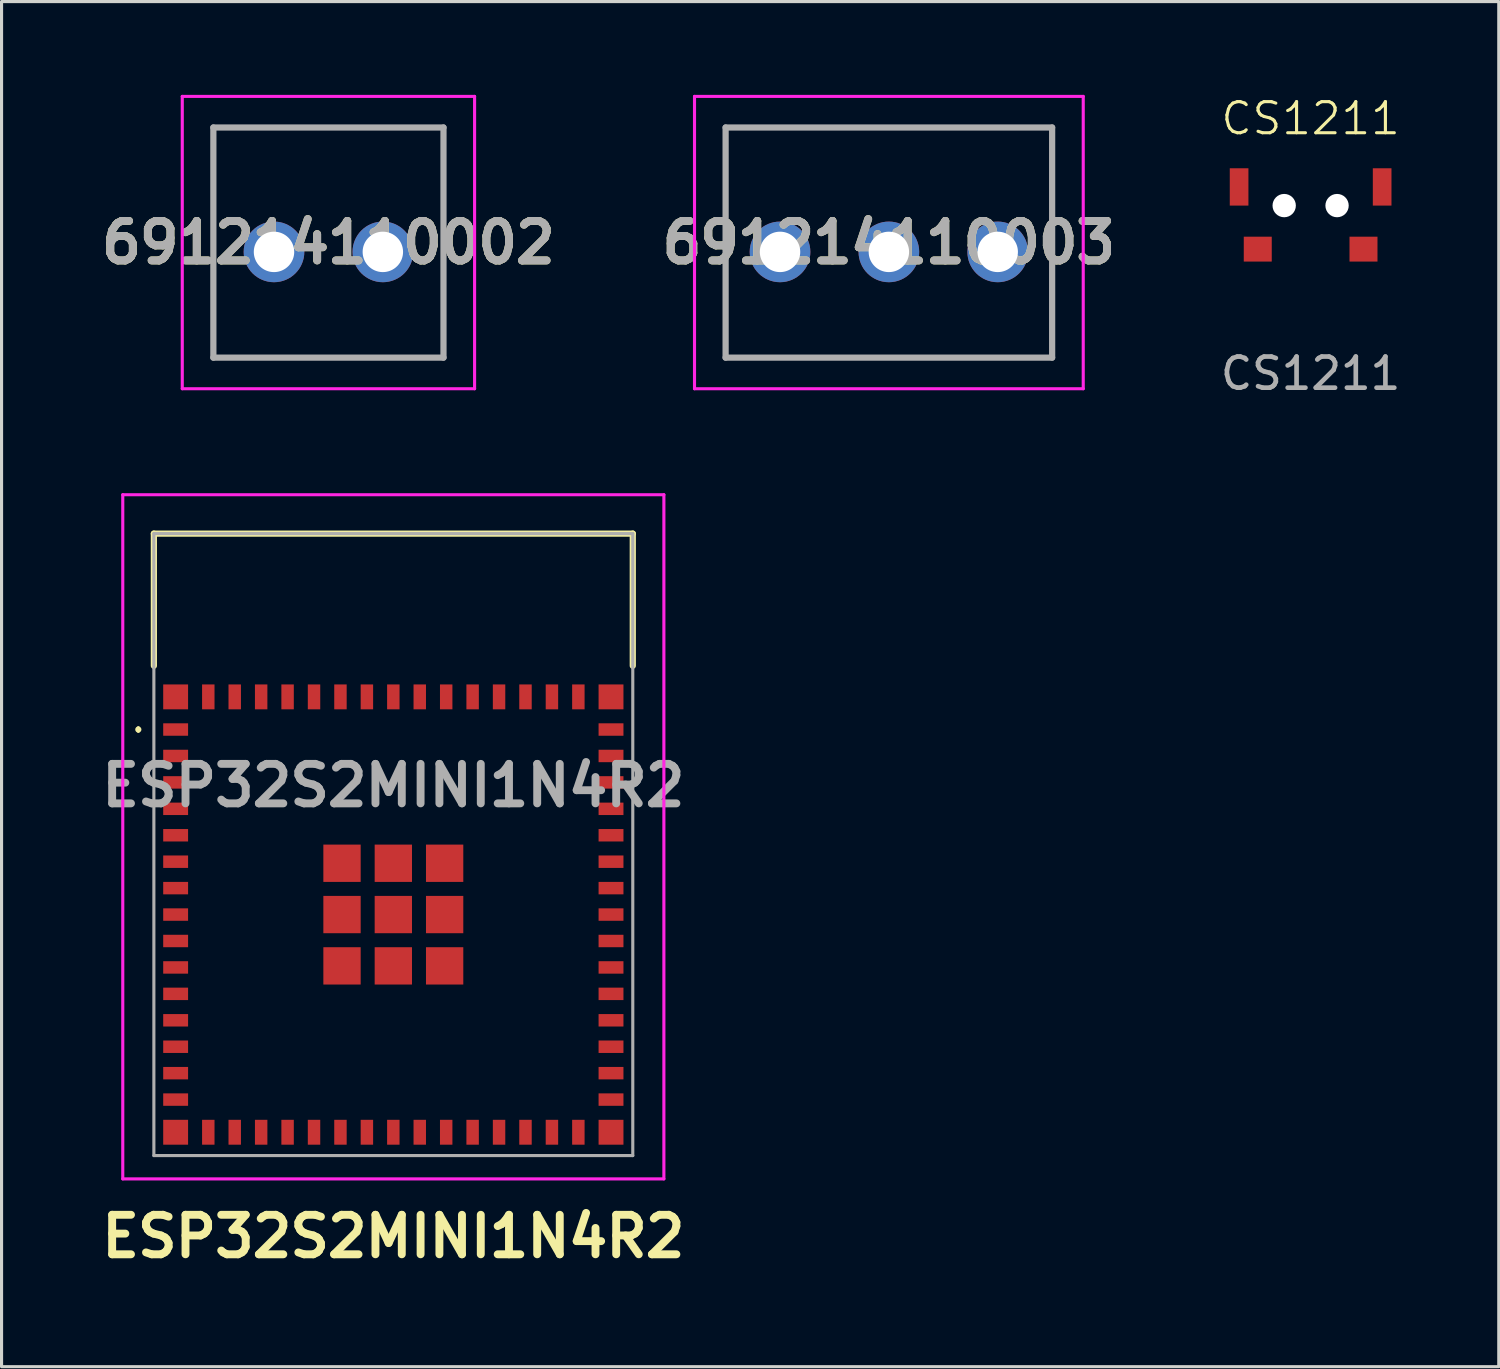
<source format=kicad_pcb>
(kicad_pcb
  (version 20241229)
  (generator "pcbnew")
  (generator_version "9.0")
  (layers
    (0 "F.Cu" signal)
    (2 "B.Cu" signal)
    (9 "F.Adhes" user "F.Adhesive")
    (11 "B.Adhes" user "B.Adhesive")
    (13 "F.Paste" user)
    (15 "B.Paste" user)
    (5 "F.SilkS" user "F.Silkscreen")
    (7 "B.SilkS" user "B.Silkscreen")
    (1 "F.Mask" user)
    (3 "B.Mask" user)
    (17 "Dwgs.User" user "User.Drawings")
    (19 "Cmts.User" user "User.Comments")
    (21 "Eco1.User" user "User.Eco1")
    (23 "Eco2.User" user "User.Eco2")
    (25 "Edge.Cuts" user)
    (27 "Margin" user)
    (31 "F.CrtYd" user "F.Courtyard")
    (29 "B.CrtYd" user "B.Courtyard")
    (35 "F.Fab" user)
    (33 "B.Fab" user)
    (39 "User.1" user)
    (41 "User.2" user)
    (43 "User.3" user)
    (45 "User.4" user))
  (footprint "ESP32S2MINI1N4R2"
    (layer "F.Cu")
    (at 9.598 26.359)
    (property "Reference" "ESP32S2MINI1N4R2" (at 0 10.35 0) (layer "F.SilkS") (effects (font (size 1.27 1.27) (thickness 0.254))))
    (attr smd)
    (fp_line (start -8.2 -6) (end -8.2 -6) (stroke (width 0.1) (type solid)) (layer "F.SilkS"))
    (fp_line (start -8.2 -5.9) (end -8.2 -5.9) (stroke (width 0.1) (type solid)) (layer "F.SilkS"))
    (fp_line (start -7.7 -12.25) (end 7.7 -12.25) (stroke (width 0.2) (type solid)) (layer "F.SilkS"))
    (fp_line (start -7.7 -8) (end -7.7 -12.25) (stroke (width 0.2) (type solid)) (layer "F.SilkS"))
    (fp_line (start 7.7 -12.25) (end 7.7 -8) (stroke (width 0.2) (type solid)) (layer "F.SilkS"))
    (fp_arc (start -8.2 -6) (mid -8.15 -5.95) (end -8.2 -5.9) (stroke (width 0.1) (type solid)) (layer "F.SilkS"))
    (fp_arc (start -8.2 -5.9) (mid -8.25 -5.95) (end -8.2 -6) (stroke (width 0.1) (type solid)) (layer "F.SilkS"))
    (fp_line (start -8.7 -13.5) (end 8.7 -13.5) (stroke (width 0.1) (type solid)) (layer "F.CrtYd"))
    (fp_line (start -8.7 8.5) (end -8.7 -13.5) (stroke (width 0.1) (type solid)) (layer "F.CrtYd"))
    (fp_line (start 8.7 -13.5) (end 8.7 8.5) (stroke (width 0.1) (type solid)) (layer "F.CrtYd"))
    (fp_line (start 8.7 8.5) (end -8.7 8.5) (stroke (width 0.1) (type solid)) (layer "F.CrtYd"))
    (fp_line (start -7.7 -12.25) (end 7.7 -12.25) (stroke (width 0.1) (type solid)) (layer "F.Fab"))
    (fp_line (start -7.7 7.75) (end -7.7 -12.25) (stroke (width 0.1) (type solid)) (layer "F.Fab"))
    (fp_line (start 7.7 -12.25) (end 7.7 7.75) (stroke (width 0.1) (type solid)) (layer "F.Fab"))
    (fp_line (start 7.7 7.75) (end -7.7 7.75) (stroke (width 0.1) (type solid)) (layer "F.Fab"))
    (fp_text user "${REFERENCE}" (at 0 -4.15 0) (layer "F.Fab") (effects (font (size 1.27 1.27) (thickness 0.254))))
    (pad "1" smd rect (at -7 -5.95 90) (size 0.4 0.8) (layers "F.Cu" "F.Mask" "F.Paste"))
    (pad "2" smd rect (at -7 -5.1 90) (size 0.4 0.8) (layers "F.Cu" "F.Mask" "F.Paste"))
    (pad "3" smd rect (at -7 -4.25 90) (size 0.4 0.8) (layers "F.Cu" "F.Mask" "F.Paste"))
    (pad "4" smd rect (at -7 -3.4 90) (size 0.4 0.8) (layers "F.Cu" "F.Mask" "F.Paste"))
    (pad "5" smd rect (at -7 -2.55 90) (size 0.4 0.8) (layers "F.Cu" "F.Mask" "F.Paste"))
    (pad "6" smd rect (at -7 -1.7 90) (size 0.4 0.8) (layers "F.Cu" "F.Mask" "F.Paste"))
    (pad "7" smd rect (at -7 -0.85 90) (size 0.4 0.8) (layers "F.Cu" "F.Mask" "F.Paste"))
    (pad "8" smd rect (at -7 0 90) (size 0.4 0.8) (layers "F.Cu" "F.Mask" "F.Paste"))
    (pad "9" smd rect (at -7 0.85 90) (size 0.4 0.8) (layers "F.Cu" "F.Mask" "F.Paste"))
    (pad "10" smd rect (at -7 1.7 90) (size 0.4 0.8) (layers "F.Cu" "F.Mask" "F.Paste"))
    (pad "11" smd rect (at -7 2.55 90) (size 0.4 0.8) (layers "F.Cu" "F.Mask" "F.Paste"))
    (pad "12" smd rect (at -7 3.4 90) (size 0.4 0.8) (layers "F.Cu" "F.Mask" "F.Paste"))
    (pad "13" smd rect (at -7 4.25 90) (size 0.4 0.8) (layers "F.Cu" "F.Mask" "F.Paste"))
    (pad "14" smd rect (at -7 5.1 90) (size 0.4 0.8) (layers "F.Cu" "F.Mask" "F.Paste"))
    (pad "15" smd rect (at -7 5.95 90) (size 0.4 0.8) (layers "F.Cu" "F.Mask" "F.Paste"))
    (pad "16" smd rect (at -5.95 7) (size 0.4 0.8) (layers "F.Cu" "F.Mask" "F.Paste"))
    (pad "17" smd rect (at -5.1 7) (size 0.4 0.8) (layers "F.Cu" "F.Mask" "F.Paste"))
    (pad "18" smd rect (at -4.25 7) (size 0.4 0.8) (layers "F.Cu" "F.Mask" "F.Paste"))
    (pad "19" smd rect (at -3.4 7) (size 0.4 0.8) (layers "F.Cu" "F.Mask" "F.Paste"))
    (pad "20" smd rect (at -2.55 7) (size 0.4 0.8) (layers "F.Cu" "F.Mask" "F.Paste"))
    (pad "21" smd rect (at -1.7 7) (size 0.4 0.8) (layers "F.Cu" "F.Mask" "F.Paste"))
    (pad "22" smd rect (at -0.85 7) (size 0.4 0.8) (layers "F.Cu" "F.Mask" "F.Paste"))
    (pad "23" smd rect (at 0 7) (size 0.4 0.8) (layers "F.Cu" "F.Mask" "F.Paste"))
    (pad "24" smd rect (at 0.85 7) (size 0.4 0.8) (layers "F.Cu" "F.Mask" "F.Paste"))
    (pad "25" smd rect (at 1.7 7) (size 0.4 0.8) (layers "F.Cu" "F.Mask" "F.Paste"))
    (pad "26" smd rect (at 2.55 7) (size 0.4 0.8) (layers "F.Cu" "F.Mask" "F.Paste"))
    (pad "27" smd rect (at 3.4 7) (size 0.4 0.8) (layers "F.Cu" "F.Mask" "F.Paste"))
    (pad "28" smd rect (at 4.25 7) (size 0.4 0.8) (layers "F.Cu" "F.Mask" "F.Paste"))
    (pad "29" smd rect (at 5.1 7) (size 0.4 0.8) (layers "F.Cu" "F.Mask" "F.Paste"))
    (pad "30" smd rect (at 5.95 7) (size 0.4 0.8) (layers "F.Cu" "F.Mask" "F.Paste"))
    (pad "31" smd rect (at 7 5.95 90) (size 0.4 0.8) (layers "F.Cu" "F.Mask" "F.Paste"))
    (pad "32" smd rect (at 7 5.1 90) (size 0.4 0.8) (layers "F.Cu" "F.Mask" "F.Paste"))
    (pad "33" smd rect (at 7 4.25 90) (size 0.4 0.8) (layers "F.Cu" "F.Mask" "F.Paste"))
    (pad "34" smd rect (at 7 3.4 90) (size 0.4 0.8) (layers "F.Cu" "F.Mask" "F.Paste"))
    (pad "35" smd rect (at 7 2.55 90) (size 0.4 0.8) (layers "F.Cu" "F.Mask" "F.Paste"))
    (pad "36" smd rect (at 7 1.7 90) (size 0.4 0.8) (layers "F.Cu" "F.Mask" "F.Paste"))
    (pad "37" smd rect (at 7 0.85 90) (size 0.4 0.8) (layers "F.Cu" "F.Mask" "F.Paste"))
    (pad "38" smd rect (at 7 0 90) (size 0.4 0.8) (layers "F.Cu" "F.Mask" "F.Paste"))
    (pad "39" smd rect (at 7 -0.85 90) (size 0.4 0.8) (layers "F.Cu" "F.Mask" "F.Paste"))
    (pad "40" smd rect (at 7 -1.7 90) (size 0.4 0.8) (layers "F.Cu" "F.Mask" "F.Paste"))
    (pad "41" smd rect (at 7 -2.55 90) (size 0.4 0.8) (layers "F.Cu" "F.Mask" "F.Paste"))
    (pad "42" smd rect (at 7 -3.4 90) (size 0.4 0.8) (layers "F.Cu" "F.Mask" "F.Paste"))
    (pad "43" smd rect (at 7 -4.25 90) (size 0.4 0.8) (layers "F.Cu" "F.Mask" "F.Paste"))
    (pad "44" smd rect (at 7 -5.1 90) (size 0.4 0.8) (layers "F.Cu" "F.Mask" "F.Paste"))
    (pad "45" smd rect (at 7 -5.95 90) (size 0.4 0.8) (layers "F.Cu" "F.Mask" "F.Paste"))
    (pad "46" smd rect (at 5.95 -7) (size 0.4 0.8) (layers "F.Cu" "F.Mask" "F.Paste"))
    (pad "47" smd rect (at 5.1 -7) (size 0.4 0.8) (layers "F.Cu" "F.Mask" "F.Paste"))
    (pad "48" smd rect (at 4.25 -7) (size 0.4 0.8) (layers "F.Cu" "F.Mask" "F.Paste"))
    (pad "49" smd rect (at 3.4 -7) (size 0.4 0.8) (layers "F.Cu" "F.Mask" "F.Paste"))
    (pad "50" smd rect (at 2.55 -7) (size 0.4 0.8) (layers "F.Cu" "F.Mask" "F.Paste"))
    (pad "51" smd rect (at 1.7 -7) (size 0.4 0.8) (layers "F.Cu" "F.Mask" "F.Paste"))
    (pad "52" smd rect (at 0.85 -7) (size 0.4 0.8) (layers "F.Cu" "F.Mask" "F.Paste"))
    (pad "53" smd rect (at 0 -7) (size 0.4 0.8) (layers "F.Cu" "F.Mask" "F.Paste"))
    (pad "54" smd rect (at -0.85 -7) (size 0.4 0.8) (layers "F.Cu" "F.Mask" "F.Paste"))
    (pad "55" smd rect (at -1.7 -7) (size 0.4 0.8) (layers "F.Cu" "F.Mask" "F.Paste"))
    (pad "56" smd rect (at -2.55 -7) (size 0.4 0.8) (layers "F.Cu" "F.Mask" "F.Paste"))
    (pad "57" smd rect (at -3.4 -7) (size 0.4 0.8) (layers "F.Cu" "F.Mask" "F.Paste"))
    (pad "58" smd rect (at -4.25 -7) (size 0.4 0.8) (layers "F.Cu" "F.Mask" "F.Paste"))
    (pad "59" smd rect (at -5.1 -7) (size 0.4 0.8) (layers "F.Cu" "F.Mask" "F.Paste"))
    (pad "60" smd rect (at -5.95 -7) (size 0.4 0.8) (layers "F.Cu" "F.Mask" "F.Paste"))
    (pad "61" smd rect (at 0 0) (size 1.2 1.2) (layers "F.Cu" "F.Mask" "F.Paste"))
    (pad "62" smd rect (at -7 -7) (size 0.8 0.8) (layers "F.Cu" "F.Mask" "F.Paste"))
    (pad "63" smd rect (at -7 7) (size 0.8 0.8) (layers "F.Cu" "F.Mask" "F.Paste"))
    (pad "64" smd rect (at 7 7) (size 0.8 0.8) (layers "F.Cu" "F.Mask" "F.Paste"))
    (pad "65" smd rect (at 7 -7) (size 0.8 0.8) (layers "F.Cu" "F.Mask" "F.Paste"))
    (pad "66" smd rect (at -1.65 -1.65) (size 1.2 1.2) (layers "F.Cu" "F.Mask" "F.Paste"))
    (pad "67" smd rect (at -1.65 0) (size 1.2 1.2) (layers "F.Cu" "F.Mask" "F.Paste"))
    (pad "68" smd rect (at -1.65 1.65) (size 1.2 1.2) (layers "F.Cu" "F.Mask" "F.Paste"))
    (pad "69" smd rect (at 0 1.65) (size 1.2 1.2) (layers "F.Cu" "F.Mask" "F.Paste"))
    (pad "70" smd rect (at 1.65 1.65) (size 1.2 1.2) (layers "F.Cu" "F.Mask" "F.Paste"))
    (pad "71" smd rect (at 1.65 0) (size 1.2 1.2) (layers "F.Cu" "F.Mask" "F.Paste"))
    (pad "72" smd rect (at 1.65 -1.65) (size 1.2 1.2) (layers "F.Cu" "F.Mask" "F.Paste"))
    (pad "73" smd rect (at 0 -1.65) (size 1.2 1.2) (layers "F.Cu" "F.Mask" "F.Paste")))
  (footprint "691214110002"
    (layer "F.Cu")
    (at 5.761 5.05)
    (property "Reference" "691214110002" (at 1.75 -0.3 0) (layer "F.SilkS") (effects (font (size 1.27 1.27) (thickness 0.254))))
    (attr through_hole)
    (fp_line (start -1.95 -4) (end 5.45 -4) (stroke (width 0.1) (type solid)) (layer "F.SilkS"))
    (fp_line (start -1.95 3.4) (end -1.95 -4) (stroke (width 0.1) (type solid)) (layer "F.SilkS"))
    (fp_line (start 5.45 -4) (end 5.45 3.4) (stroke (width 0.1) (type solid)) (layer "F.SilkS"))
    (fp_line (start 5.45 3.4) (end -1.95 3.4) (stroke (width 0.1) (type solid)) (layer "F.SilkS"))
    (fp_line (start -2.95 -5) (end 6.45 -5) (stroke (width 0.1) (type solid)) (layer "F.CrtYd"))
    (fp_line (start -2.95 4.4) (end -2.95 -5) (stroke (width 0.1) (type solid)) (layer "F.CrtYd"))
    (fp_line (start 6.45 -5) (end 6.45 4.4) (stroke (width 0.1) (type solid)) (layer "F.CrtYd"))
    (fp_line (start 6.45 4.4) (end -2.95 4.4) (stroke (width 0.1) (type solid)) (layer "F.CrtYd"))
    (fp_line (start -1.95 -4) (end 5.45 -4) (stroke (width 0.2) (type solid)) (layer "F.Fab"))
    (fp_line (start -1.95 3.4) (end -1.95 -4) (stroke (width 0.2) (type solid)) (layer "F.Fab"))
    (fp_line (start 5.45 -4) (end 5.45 3.4) (stroke (width 0.2) (type solid)) (layer "F.Fab"))
    (fp_line (start 5.45 3.4) (end -1.95 3.4) (stroke (width 0.2) (type solid)) (layer "F.Fab"))
    (fp_text user "${REFERENCE}" (at 1.75 -0.3 0) (layer "F.Fab") (effects (font (size 1.27 1.27) (thickness 0.254))))
    (pad "1" thru_hole circle (at 0 0) (size 1.95 1.95) (drill 1.3) (layers "*.Cu" "*.Mask"))
    (pad "2" thru_hole circle (at 3.5 0) (size 1.95 1.95) (drill 1.3) (layers "*.Cu" "*.Mask")))
  (footprint "691214110003"
    (layer "F.Cu")
    (at 22.033 5.05)
    (property "Reference" "691214110003" (at 3.5 -0.3 0) (layer "F.SilkS") (effects (font (size 1.27 1.27) (thickness 0.254))))
    (attr through_hole)
    (fp_line (start -1.75 -4) (end 8.75 -4) (stroke (width 0.1) (type solid)) (layer "F.SilkS"))
    (fp_line (start -1.75 3.4) (end -1.75 -4) (stroke (width 0.1) (type solid)) (layer "F.SilkS"))
    (fp_line (start 8.75 -4) (end 8.75 3.4) (stroke (width 0.1) (type solid)) (layer "F.SilkS"))
    (fp_line (start 8.75 3.4) (end -1.75 3.4) (stroke (width 0.1) (type solid)) (layer "F.SilkS"))
    (fp_line (start -2.75 -5) (end 9.75 -5) (stroke (width 0.1) (type solid)) (layer "F.CrtYd"))
    (fp_line (start -2.75 4.4) (end -2.75 -5) (stroke (width 0.1) (type solid)) (layer "F.CrtYd"))
    (fp_line (start 9.75 -5) (end 9.75 4.4) (stroke (width 0.1) (type solid)) (layer "F.CrtYd"))
    (fp_line (start 9.75 4.4) (end -2.75 4.4) (stroke (width 0.1) (type solid)) (layer "F.CrtYd"))
    (fp_line (start -1.75 -4) (end 8.75 -4) (stroke (width 0.2) (type solid)) (layer "F.Fab"))
    (fp_line (start -1.75 3.4) (end -1.75 -4) (stroke (width 0.2) (type solid)) (layer "F.Fab"))
    (fp_line (start 8.75 -4) (end 8.75 3.4) (stroke (width 0.2) (type solid)) (layer "F.Fab"))
    (fp_line (start 8.75 3.4) (end -1.75 3.4) (stroke (width 0.2) (type solid)) (layer "F.Fab"))
    (fp_text user "${REFERENCE}" (at 3.5 -0.3 0) (layer "F.Fab") (effects (font (size 1.27 1.27) (thickness 0.254))))
    (pad "1" thru_hole circle (at 0 0) (size 1.95 1.95) (drill 1.3) (layers "*.Cu" "*.Mask"))
    (pad "2" thru_hole circle (at 3.5 0) (size 1.95 1.95) (drill 1.3) (layers "*.Cu" "*.Mask"))
    (pad "3" thru_hole circle (at 7 0) (size 1.95 1.95) (drill 1.3) (layers "*.Cu" "*.Mask")))
  (footprint "CS1211"
    (layer "F.Cu")
    (at 39.095 3.561)
    (property "Reference" "CS1211" (at 0 -2.8 0) (unlocked yes) (layer "F.SilkS") (effects (font (size 1 1) (thickness 0.1))))
    (attr smd)
    (fp_rect (start -3 -1.6) (end 3 2.1) (stroke (width 0.1) (type default)) (fill no) (layer "Margin"))
    (fp_text user "${REFERENCE}" (at 0 5.4 0) (unlocked yes) (layer "F.Fab") (effects (font (size 1 1) (thickness 0.15))))
    (pad "" np_thru_hole circle (at -0.85 0) (size 0.75 0.75) (drill 0.75) (layers "*.Cu" "*.Mask"))
    (pad "" np_thru_hole circle (at 0.85 0) (size 0.75 0.75) (drill 0.75) (layers "*.Cu" "*.Mask"))
    (pad "1" smd rect (at 1.7 1.4) (size 0.9 0.8) (layers "F.Cu" "F.Mask" "F.Paste"))
    (pad "2" smd rect (at -1.7 1.4) (size 0.9 0.8) (layers "F.Cu" "F.Mask" "F.Paste"))
    (pad "3" smd rect (at 2.3 -0.6) (size 0.6 1.2) (layers "F.Cu" "F.Mask" "F.Paste"))
    (pad "4" smd rect (at -2.3 -0.6) (size 0.6 1.2) (layers "F.Cu" "F.Mask" "F.Paste")))
  (gr_rect
    (start -3 -3)
    (end 45.145 40.897)
    (stroke (width 0.1) (type default))
    (fill no)
    (layer "Edge.Cuts")))
</source>
